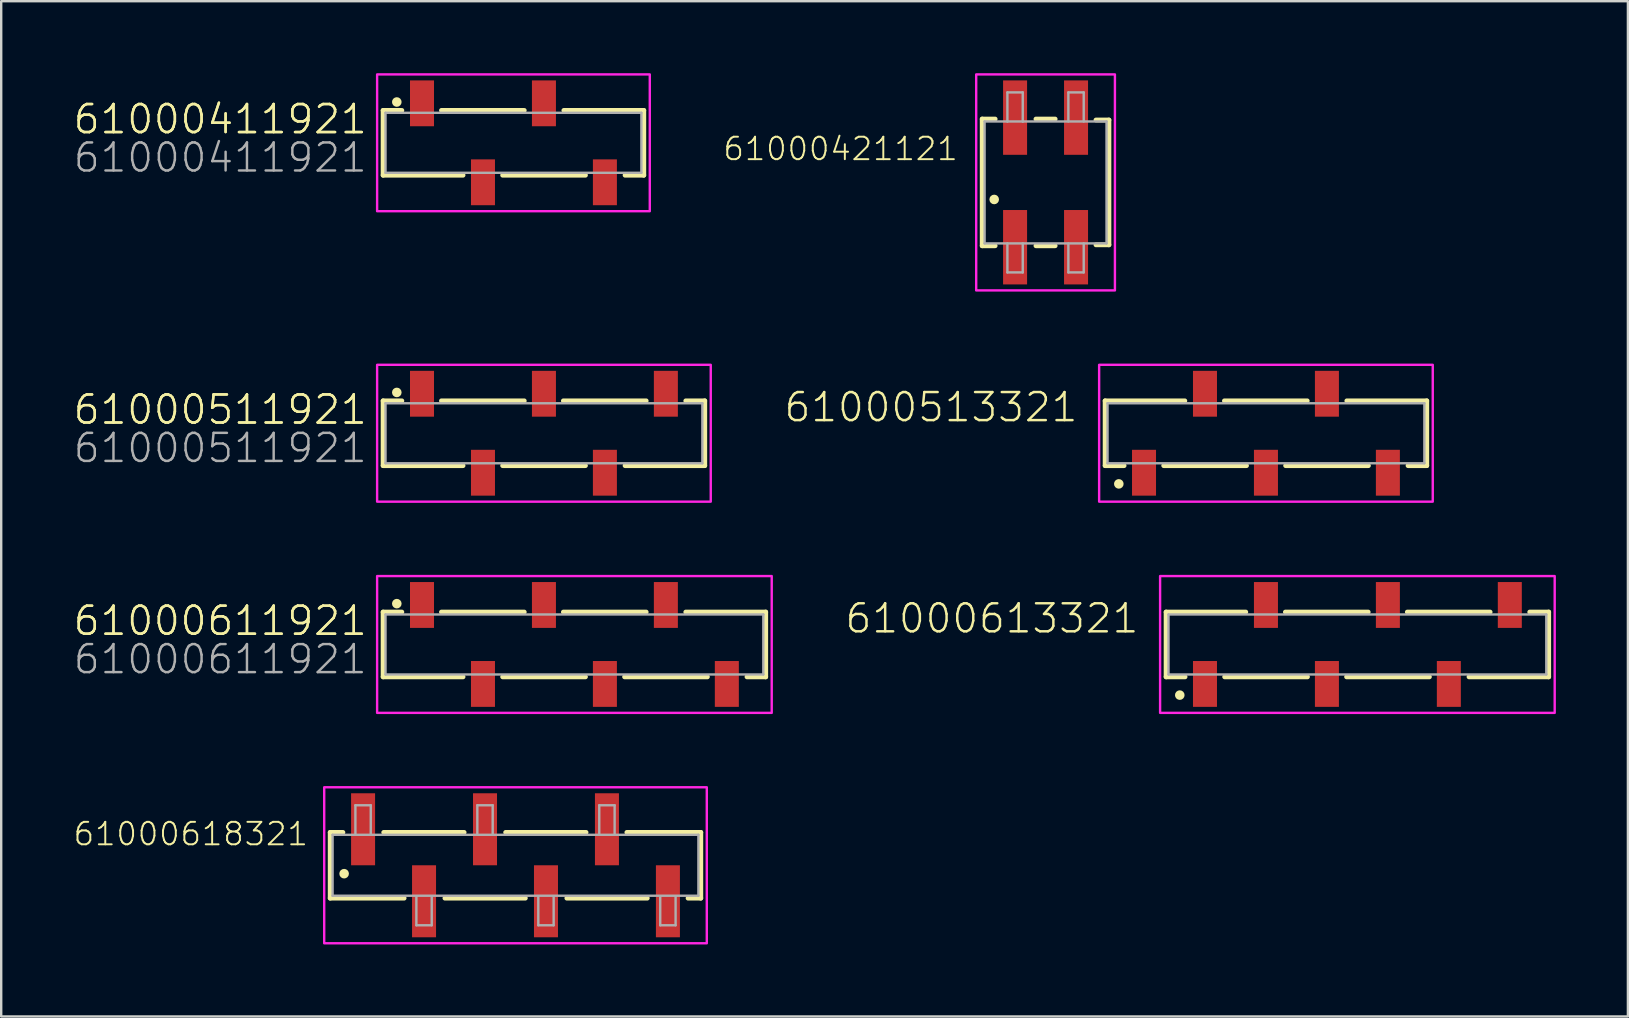
<source format=kicad_pcb>
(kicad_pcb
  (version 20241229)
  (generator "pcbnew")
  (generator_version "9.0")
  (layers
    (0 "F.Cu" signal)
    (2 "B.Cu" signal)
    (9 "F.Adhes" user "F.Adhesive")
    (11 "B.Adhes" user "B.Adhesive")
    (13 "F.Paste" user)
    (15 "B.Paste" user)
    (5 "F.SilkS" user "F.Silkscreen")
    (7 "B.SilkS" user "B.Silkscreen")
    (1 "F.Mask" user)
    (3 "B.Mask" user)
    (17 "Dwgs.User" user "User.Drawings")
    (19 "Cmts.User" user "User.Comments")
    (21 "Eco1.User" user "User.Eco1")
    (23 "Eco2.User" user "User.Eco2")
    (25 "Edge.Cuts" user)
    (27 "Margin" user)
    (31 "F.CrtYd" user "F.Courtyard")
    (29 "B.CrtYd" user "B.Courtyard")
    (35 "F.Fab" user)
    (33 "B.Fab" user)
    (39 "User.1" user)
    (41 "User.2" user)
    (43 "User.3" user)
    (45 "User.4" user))
  (footprint "61000611921"
    (layer "F.Cu")
    (at 20.882 23.8)
    (property "Reference" "61000611921" (at -8.57 -0.3 0) (unlocked yes) (layer "F.SilkS") (effects (font (size 1.168 1.168) (thickness 0.102)) (justify right bottom)))
    (property "Value" "61000611921" (at -8.57 1.3 0) (unlocked yes) (layer "F.Fab") (hide yes) (effects (font (size 1.168 1.168) (thickness 0.102)) (justify right bottom)))
    (fp_line (start -7.97 -1.35) (end -7.19 -1.35) (stroke (width 0.2) (type solid)) (layer "F.SilkS"))
    (fp_line (start -7.97 1.35) (end -7.97 -1.35) (stroke (width 0.2) (type solid)) (layer "F.SilkS"))
    (fp_line (start -5.54 -1.35) (end -2.09 -1.35) (stroke (width 0.2) (type solid)) (layer "F.SilkS"))
    (fp_line (start -4.64 1.35) (end -7.97 1.35) (stroke (width 0.2) (type solid)) (layer "F.SilkS"))
    (fp_line (start -0.46 -1.35) (end 2.99 -1.35) (stroke (width 0.2) (type solid)) (layer "F.SilkS"))
    (fp_line (start 0.46 1.35) (end -2.99 1.35) (stroke (width 0.2) (type solid)) (layer "F.SilkS"))
    (fp_line (start 5.54 1.35) (end 2.09 1.35) (stroke (width 0.2) (type solid)) (layer "F.SilkS"))
    (fp_line (start 7.19 1.35) (end 7.97 1.35) (stroke (width 0.2) (type solid)) (layer "F.SilkS"))
    (fp_line (start 7.97 -1.35) (end 4.64 -1.35) (stroke (width 0.2) (type solid)) (layer "F.SilkS"))
    (fp_line (start 7.97 1.35) (end 7.97 -1.35) (stroke (width 0.2) (type solid)) (layer "F.SilkS"))
    (fp_circle (center -7.4 -1.7) (end -7.3 -1.7) (stroke (width 0.2) (type solid)) (fill no) (layer "F.SilkS"))
    (fp_poly (pts (xy 8.22 2.85) (xy -8.22 2.85) (xy -8.22 -2.85) (xy 8.22 -2.85)) (stroke (width 0.1) (type default)) (fill no) (layer "F.CrtYd"))
    (fp_line (start -7.87 -1.25) (end 7.87 -1.25) (stroke (width 0.1) (type solid)) (layer "F.Fab"))
    (fp_line (start -7.87 1.25) (end -7.87 -1.25) (stroke (width 0.1) (type solid)) (layer "F.Fab"))
    (fp_line (start 7.87 1.25) (end -7.87 1.25) (stroke (width 0.1) (type solid)) (layer "F.Fab"))
    (fp_line (start 7.87 1.25) (end 7.87 -1.25) (stroke (width 0.1) (type solid)) (layer "F.Fab"))
    (fp_text user "${REFERENCE}" (at -8.57 -0.3 0) (unlocked yes) (layer "F.SilkS") (effects (font (size 1.168 1.168) (thickness 0.102)) (justify right bottom)))
    (fp_text user "${VALUE}" (at -8.57 1.3 0) (unlocked yes) (layer "F.Fab") (effects (font (size 1.168 1.168) (thickness 0.102)) (justify right bottom)))
    (pad "1" smd rect (at -6.35 -1.645 180) (size 1 1.91) (layers "F.Cu" "F.Mask" "F.Paste"))
    (pad "2" smd rect (at -3.81 1.645 180) (size 1 1.91) (layers "F.Cu" "F.Mask" "F.Paste"))
    (pad "3" smd rect (at -1.27 -1.645 180) (size 1 1.91) (layers "F.Cu" "F.Mask" "F.Paste"))
    (pad "4" smd rect (at 1.27 1.645 180) (size 1 1.91) (layers "F.Cu" "F.Mask" "F.Paste"))
    (pad "5" smd rect (at 3.81 -1.645 180) (size 1 1.91) (layers "F.Cu" "F.Mask" "F.Paste"))
    (pad "6" smd rect (at 6.35 1.645 180) (size 1 1.91) (layers "F.Cu" "F.Mask" "F.Paste")))
  (footprint "61000513321"
    (layer "F.Cu")
    (at 49.693 15)
    (property "Reference" "61000513321" (at -7.77 -0.4 0) (unlocked yes) (layer "F.SilkS") (effects (font (size 1.168 1.168) (thickness 0.102)) (justify right bottom)))
    (fp_line (start -6.7 -1.35) (end -3.38 -1.35) (stroke (width 0.2) (type solid)) (layer "F.SilkS"))
    (fp_line (start -6.7 1.35) (end -6.7 -1.35) (stroke (width 0.2) (type solid)) (layer "F.SilkS"))
    (fp_line (start -5.91 1.35) (end -6.7 1.35) (stroke (width 0.2) (type solid)) (layer "F.SilkS"))
    (fp_line (start -1.73 -1.35) (end 1.72 -1.35) (stroke (width 0.2) (type solid)) (layer "F.SilkS"))
    (fp_line (start -0.81 1.35) (end -4.26 1.35) (stroke (width 0.2) (type solid)) (layer "F.SilkS"))
    (fp_line (start 4.27 1.35) (end 0.82 1.35) (stroke (width 0.2) (type solid)) (layer "F.SilkS"))
    (fp_line (start 5.92 1.35) (end 6.7 1.35) (stroke (width 0.2) (type solid)) (layer "F.SilkS"))
    (fp_line (start 6.7 -1.35) (end 3.37 -1.35) (stroke (width 0.2) (type solid)) (layer "F.SilkS"))
    (fp_line (start 6.7 1.35) (end 6.7 -1.35) (stroke (width 0.2) (type solid)) (layer "F.SilkS"))
    (fp_circle (center -6.13 2.11) (end -6.03 2.11) (stroke (width 0.2) (type solid)) (fill no) (layer "F.SilkS"))
    (fp_poly (pts (xy 6.95 2.85) (xy -6.95 2.85) (xy -6.95 -2.85) (xy 6.95 -2.85)) (stroke (width 0.1) (type default)) (fill no) (layer "F.CrtYd"))
    (fp_line (start -6.6 -1.25) (end 6.6 -1.25) (stroke (width 0.1) (type solid)) (layer "F.Fab"))
    (fp_line (start -6.6 1.25) (end -6.6 -1.25) (stroke (width 0.1) (type solid)) (layer "F.Fab"))
    (fp_line (start 6.6 1.25) (end -6.6 1.25) (stroke (width 0.1) (type solid)) (layer "F.Fab"))
    (fp_line (start 6.6 1.25) (end 6.6 -1.25) (stroke (width 0.1) (type solid)) (layer "F.Fab"))
    (pad "1" smd rect (at -5.08 1.645) (size 1 1.91) (layers "F.Cu" "F.Mask" "F.Paste"))
    (pad "2" smd rect (at -2.54 -1.645) (size 1 1.91) (layers "F.Cu" "F.Mask" "F.Paste"))
    (pad "3" smd rect (at 0 1.645) (size 1 1.91) (layers "F.Cu" "F.Mask" "F.Paste"))
    (pad "4" smd rect (at 2.54 -1.645) (size 1 1.91) (layers "F.Cu" "F.Mask" "F.Paste"))
    (pad "5" smd rect (at 5.08 1.645) (size 1 1.91) (layers "F.Cu" "F.Mask" "F.Paste")))
  (footprint "61000511921"
    (layer "F.Cu")
    (at 19.612 15)
    (property "Reference" "61000511921" (at -7.3 -0.3 0) (unlocked yes) (layer "F.SilkS") (effects (font (size 1.168 1.168) (thickness 0.102)) (justify right bottom)))
    (property "Value" "61000511921" (at -7.3 1.3 0) (unlocked yes) (layer "F.Fab") (hide yes) (effects (font (size 1.168 1.168) (thickness 0.102)) (justify right bottom)))
    (fp_line (start -6.7 -1.35) (end -5.92 -1.35) (stroke (width 0.2) (type solid)) (layer "F.SilkS"))
    (fp_line (start -6.7 1.35) (end -6.7 -1.35) (stroke (width 0.2) (type solid)) (layer "F.SilkS"))
    (fp_line (start -4.27 -1.35) (end -0.82 -1.35) (stroke (width 0.2) (type solid)) (layer "F.SilkS"))
    (fp_line (start -3.37 1.35) (end -6.7 1.35) (stroke (width 0.2) (type solid)) (layer "F.SilkS"))
    (fp_line (start 0.81 -1.35) (end 4.26 -1.35) (stroke (width 0.2) (type solid)) (layer "F.SilkS"))
    (fp_line (start 1.73 1.35) (end -1.72 1.35) (stroke (width 0.2) (type solid)) (layer "F.SilkS"))
    (fp_line (start 3.38 1.35) (end 6.7 1.35) (stroke (width 0.2) (type solid)) (layer "F.SilkS"))
    (fp_line (start 6.7 -1.35) (end 5.91 -1.35) (stroke (width 0.2) (type solid)) (layer "F.SilkS"))
    (fp_line (start 6.7 1.35) (end 6.7 -1.35) (stroke (width 0.2) (type solid)) (layer "F.SilkS"))
    (fp_circle (center -6.13 -1.7) (end -6.03 -1.7) (stroke (width 0.2) (type solid)) (fill no) (layer "F.SilkS"))
    (fp_poly (pts (xy 6.95 2.85) (xy -6.95 2.85) (xy -6.95 -2.85) (xy 6.95 -2.85)) (stroke (width 0.1) (type default)) (fill no) (layer "F.CrtYd"))
    (fp_line (start -6.6 -1.25) (end 6.6 -1.25) (stroke (width 0.1) (type solid)) (layer "F.Fab"))
    (fp_line (start -6.6 1.25) (end -6.6 -1.25) (stroke (width 0.1) (type solid)) (layer "F.Fab"))
    (fp_line (start 6.6 1.25) (end -6.6 1.25) (stroke (width 0.1) (type solid)) (layer "F.Fab"))
    (fp_line (start 6.6 1.25) (end 6.6 -1.25) (stroke (width 0.1) (type solid)) (layer "F.Fab"))
    (fp_text user "${REFERENCE}" (at -7.3 -0.3 0) (unlocked yes) (layer "F.SilkS") (effects (font (size 1.168 1.168) (thickness 0.102)) (justify right bottom)))
    (fp_text user "${VALUE}" (at -7.3 1.3 0) (unlocked yes) (layer "F.Fab") (effects (font (size 1.168 1.168) (thickness 0.102)) (justify right bottom)))
    (pad "1" smd rect (at -5.08 -1.645 180) (size 1 1.91) (layers "F.Cu" "F.Mask" "F.Paste"))
    (pad "2" smd rect (at -2.54 1.645 180) (size 1 1.91) (layers "F.Cu" "F.Mask" "F.Paste"))
    (pad "3" smd rect (at 0 -1.645 180) (size 1 1.91) (layers "F.Cu" "F.Mask" "F.Paste"))
    (pad "4" smd rect (at 2.54 1.645 180) (size 1 1.91) (layers "F.Cu" "F.Mask" "F.Paste"))
    (pad "5" smd rect (at 5.08 -1.645 180) (size 1 1.91) (layers "F.Cu" "F.Mask" "F.Paste")))
  (footprint "61000421121"
    (layer "F.Cu")
    (at 40.511 4.55)
    (property "Reference" "61000421121" (at -3.59 -0.85 0) (unlocked yes) (layer "F.SilkS") (effects (font (size 0.935 0.935) (thickness 0.081)) (justify right bottom)))
    (fp_line (start -2.64 -2.64) (end -2.64 2.64) (stroke (width 0.2) (type solid)) (layer "F.SilkS"))
    (fp_line (start -2.64 2.64) (end -2.1 2.64) (stroke (width 0.2) (type solid)) (layer "F.SilkS"))
    (fp_line (start -2.1 -2.64) (end -2.64 -2.64) (stroke (width 0.2) (type solid)) (layer "F.SilkS"))
    (fp_line (start -0.4 2.64) (end 0.4 2.64) (stroke (width 0.2) (type solid)) (layer "F.SilkS"))
    (fp_line (start 0.4 -2.64) (end -0.4 -2.64) (stroke (width 0.2) (type solid)) (layer "F.SilkS"))
    (fp_line (start 2.1 -2.6) (end 2.64 -2.6) (stroke (width 0.2) (type solid)) (layer "F.SilkS"))
    (fp_line (start 2.64 -2.6) (end 2.64 2.6) (stroke (width 0.2) (type solid)) (layer "F.SilkS"))
    (fp_line (start 2.64 2.6) (end 2.1 2.6) (stroke (width 0.2) (type solid)) (layer "F.SilkS"))
    (fp_circle (center -2.14 0.71) (end -2.04 0.71) (stroke (width 0.2) (type solid)) (fill no) (layer "F.SilkS"))
    (fp_poly (pts (xy 2.89 4.5) (xy -2.89 4.5) (xy -2.89 -4.5) (xy 2.89 -4.5)) (stroke (width 0.1) (type default)) (fill no) (layer "F.CrtYd"))
    (fp_line (start -2.54 -2.54) (end -2.54 2.54) (stroke (width 0.1) (type solid)) (layer "F.Fab"))
    (fp_line (start -2.54 2.54) (end 2.54 2.54) (stroke (width 0.1) (type solid)) (layer "F.Fab"))
    (fp_line (start -1.59 -3.75) (end -0.95 -3.75) (stroke (width 0.1) (type solid)) (layer "F.Fab"))
    (fp_line (start -1.59 -2.54) (end -2.54 -2.54) (stroke (width 0.1) (type solid)) (layer "F.Fab"))
    (fp_line (start -1.59 -2.54) (end -1.59 -3.75) (stroke (width 0.1) (type solid)) (layer "F.Fab"))
    (fp_line (start -1.59 3.75) (end -1.59 2.54) (stroke (width 0.1) (type solid)) (layer "F.Fab"))
    (fp_line (start -0.95 -3.75) (end -0.95 -2.54) (stroke (width 0.1) (type solid)) (layer "F.Fab"))
    (fp_line (start -0.95 -2.54) (end -1.59 -2.54) (stroke (width 0.1) (type solid)) (layer "F.Fab"))
    (fp_line (start -0.95 2.54) (end -0.95 3.75) (stroke (width 0.1) (type solid)) (layer "F.Fab"))
    (fp_line (start -0.95 3.75) (end -1.59 3.75) (stroke (width 0.1) (type solid)) (layer "F.Fab"))
    (fp_line (start 0.95 -3.75) (end 1.59 -3.75) (stroke (width 0.1) (type solid)) (layer "F.Fab"))
    (fp_line (start 0.95 -2.54) (end 0.95 -3.75) (stroke (width 0.1) (type solid)) (layer "F.Fab"))
    (fp_line (start 0.95 3.75) (end 0.95 2.54) (stroke (width 0.1) (type solid)) (layer "F.Fab"))
    (fp_line (start 1.59 -3.75) (end 1.59 -2.54) (stroke (width 0.1) (type solid)) (layer "F.Fab"))
    (fp_line (start 1.59 2.54) (end 1.59 3.75) (stroke (width 0.1) (type solid)) (layer "F.Fab"))
    (fp_line (start 1.59 3.75) (end 0.95 3.75) (stroke (width 0.1) (type solid)) (layer "F.Fab"))
    (fp_line (start 2.54 -2.54) (end -0.95 -2.54) (stroke (width 0.1) (type solid)) (layer "F.Fab"))
    (fp_line (start 2.54 2.54) (end 2.54 -2.54) (stroke (width 0.1) (type solid)) (layer "F.Fab"))
    (pad "1" smd rect (at -1.27 2.7 90) (size 3.1 1) (layers "F.Cu" "F.Mask" "F.Paste"))
    (pad "2" smd rect (at -1.27 -2.7 90) (size 3.1 1) (layers "F.Cu" "F.Mask" "F.Paste"))
    (pad "3" smd rect (at 1.27 2.7 90) (size 3.1 1) (layers "F.Cu" "F.Mask" "F.Paste"))
    (pad "4" smd rect (at 1.27 -2.7 90) (size 3.1 1) (layers "F.Cu" "F.Mask" "F.Paste")))
  (footprint "61000613321"
    (layer "F.Cu")
    (at 53.503 23.8)
    (property "Reference" "61000613321" (at -9.04 -0.4 0) (unlocked yes) (layer "F.SilkS") (effects (font (size 1.168 1.168) (thickness 0.102)) (justify right bottom)))
    (fp_line (start -7.97 -1.35) (end -4.65 -1.35) (stroke (width 0.2) (type solid)) (layer "F.SilkS"))
    (fp_line (start -7.97 1.35) (end -7.97 -1.35) (stroke (width 0.2) (type solid)) (layer "F.SilkS"))
    (fp_line (start -7.18 1.35) (end -7.97 1.35) (stroke (width 0.2) (type solid)) (layer "F.SilkS"))
    (fp_line (start -3 -1.35) (end 0.45 -1.35) (stroke (width 0.2) (type solid)) (layer "F.SilkS"))
    (fp_line (start -2.08 1.35) (end -5.53 1.35) (stroke (width 0.2) (type solid)) (layer "F.SilkS"))
    (fp_line (start 2.08 -1.35) (end 5.53 -1.35) (stroke (width 0.2) (type solid)) (layer "F.SilkS"))
    (fp_line (start 3 1.35) (end -0.45 1.35) (stroke (width 0.2) (type solid)) (layer "F.SilkS"))
    (fp_line (start 4.65 1.35) (end 7.97 1.35) (stroke (width 0.2) (type solid)) (layer "F.SilkS"))
    (fp_line (start 7.97 -1.35) (end 7.18 -1.35) (stroke (width 0.2) (type solid)) (layer "F.SilkS"))
    (fp_line (start 7.97 1.35) (end 7.97 -1.35) (stroke (width 0.2) (type solid)) (layer "F.SilkS"))
    (fp_circle (center -7.4 2.11) (end -7.3 2.11) (stroke (width 0.2) (type solid)) (fill no) (layer "F.SilkS"))
    (fp_poly (pts (xy 8.22 2.85) (xy -8.22 2.85) (xy -8.22 -2.85) (xy 8.22 -2.85)) (stroke (width 0.1) (type default)) (fill no) (layer "F.CrtYd"))
    (fp_line (start -7.87 -1.25) (end 7.87 -1.25) (stroke (width 0.1) (type solid)) (layer "F.Fab"))
    (fp_line (start -7.87 1.25) (end -7.87 -1.25) (stroke (width 0.1) (type solid)) (layer "F.Fab"))
    (fp_line (start 7.87 1.25) (end -7.87 1.25) (stroke (width 0.1) (type solid)) (layer "F.Fab"))
    (fp_line (start 7.87 1.25) (end 7.87 -1.25) (stroke (width 0.1) (type solid)) (layer "F.Fab"))
    (pad "1" smd rect (at -6.35 1.645 180) (size 1 1.91) (layers "F.Cu" "F.Mask" "F.Paste"))
    (pad "2" smd rect (at -3.81 -1.645 180) (size 1 1.91) (layers "F.Cu" "F.Mask" "F.Paste"))
    (pad "3" smd rect (at -1.27 1.645 180) (size 1 1.91) (layers "F.Cu" "F.Mask" "F.Paste"))
    (pad "4" smd rect (at 1.27 -1.645 180) (size 1 1.91) (layers "F.Cu" "F.Mask" "F.Paste"))
    (pad "5" smd rect (at 3.81 1.645 180) (size 1 1.91) (layers "F.Cu" "F.Mask" "F.Paste"))
    (pad "6" smd rect (at 6.35 -1.645 180) (size 1 1.91) (layers "F.Cu" "F.Mask" "F.Paste")))
  (footprint "61000618321"
    (layer "F.Cu")
    (at 18.427 33)
    (property "Reference" "61000618321" (at -8.578 -0.756 0) (unlocked yes) (layer "F.SilkS") (effects (font (size 0.935 0.935) (thickness 0.081)) (justify right bottom)))
    (fp_line (start -7.72 -1.37) (end -7.72 1.37) (stroke (width 0.2) (type solid)) (layer "F.SilkS"))
    (fp_line (start -7.72 1.37) (end -4.64 1.37) (stroke (width 0.2) (type solid)) (layer "F.SilkS"))
    (fp_line (start -7.19 -1.37) (end -7.72 -1.37) (stroke (width 0.2) (type solid)) (layer "F.SilkS"))
    (fp_line (start -2.94 1.37) (end 0.41 1.37) (stroke (width 0.2) (type solid)) (layer "F.SilkS"))
    (fp_line (start -2.14 -1.37) (end -5.49 -1.37) (stroke (width 0.2) (type solid)) (layer "F.SilkS"))
    (fp_line (start 2.14 1.37) (end 5.49 1.37) (stroke (width 0.2) (type solid)) (layer "F.SilkS"))
    (fp_line (start 2.94 -1.37) (end -0.41 -1.37) (stroke (width 0.2) (type solid)) (layer "F.SilkS"))
    (fp_line (start 7.19 1.37) (end 7.72 1.37) (stroke (width 0.2) (type solid)) (layer "F.SilkS"))
    (fp_line (start 7.72 -1.37) (end 4.64 -1.37) (stroke (width 0.2) (type solid)) (layer "F.SilkS"))
    (fp_line (start 7.72 1.37) (end 7.72 -1.37) (stroke (width 0.2) (type solid)) (layer "F.SilkS"))
    (fp_circle (center -7.14 0.35) (end -7.04 0.35) (stroke (width 0.2) (type solid)) (fill no) (layer "F.SilkS"))
    (fp_poly (pts (xy 7.97 3.25) (xy -7.97 3.25) (xy -7.97 -3.25) (xy 7.97 -3.25)) (stroke (width 0.1) (type default)) (fill no) (layer "F.CrtYd"))
    (fp_line (start -7.62 -1.27) (end -7.62 1.27) (stroke (width 0.1) (type solid)) (layer "F.Fab"))
    (fp_line (start -7.62 1.27) (end 7.62 1.27) (stroke (width 0.1) (type solid)) (layer "F.Fab"))
    (fp_line (start -6.67 -2.5) (end -6.03 -2.5) (stroke (width 0.1) (type solid)) (layer "F.Fab"))
    (fp_line (start -6.67 -1.3) (end -6.67 -2.5) (stroke (width 0.1) (type solid)) (layer "F.Fab"))
    (fp_line (start -6.03 -2.5) (end -6.03 -1.3) (stroke (width 0.1) (type solid)) (layer "F.Fab"))
    (fp_line (start -4.13 2.5) (end -4.13 1.3) (stroke (width 0.1) (type solid)) (layer "F.Fab"))
    (fp_line (start -3.49 1.3) (end -3.49 2.5) (stroke (width 0.1) (type solid)) (layer "F.Fab"))
    (fp_line (start -3.49 2.5) (end -4.13 2.5) (stroke (width 0.1) (type solid)) (layer "F.Fab"))
    (fp_line (start -1.59 -2.5) (end -0.95 -2.5) (stroke (width 0.1) (type solid)) (layer "F.Fab"))
    (fp_line (start -1.59 -1.3) (end -1.59 -2.5) (stroke (width 0.1) (type solid)) (layer "F.Fab"))
    (fp_line (start -0.95 -2.5) (end -0.95 -1.3) (stroke (width 0.1) (type solid)) (layer "F.Fab"))
    (fp_line (start 0.95 2.5) (end 0.95 1.3) (stroke (width 0.1) (type solid)) (layer "F.Fab"))
    (fp_line (start 1.59 1.3) (end 1.59 2.5) (stroke (width 0.1) (type solid)) (layer "F.Fab"))
    (fp_line (start 1.59 2.5) (end 0.95 2.5) (stroke (width 0.1) (type solid)) (layer "F.Fab"))
    (fp_line (start 3.49 -2.5) (end 4.13 -2.5) (stroke (width 0.1) (type solid)) (layer "F.Fab"))
    (fp_line (start 3.49 -1.3) (end 3.49 -2.5) (stroke (width 0.1) (type solid)) (layer "F.Fab"))
    (fp_line (start 4.13 -2.5) (end 4.13 -1.3) (stroke (width 0.1) (type solid)) (layer "F.Fab"))
    (fp_line (start 6.03 2.5) (end 6.03 1.3) (stroke (width 0.1) (type solid)) (layer "F.Fab"))
    (fp_line (start 6.67 1.3) (end 6.67 2.5) (stroke (width 0.1) (type solid)) (layer "F.Fab"))
    (fp_line (start 6.67 2.5) (end 6.03 2.5) (stroke (width 0.1) (type solid)) (layer "F.Fab"))
    (fp_line (start 7.62 -1.27) (end -7.62 -1.27) (stroke (width 0.1) (type solid)) (layer "F.Fab"))
    (fp_line (start 7.62 1.27) (end 7.62 -1.27) (stroke (width 0.1) (type solid)) (layer "F.Fab"))
    (pad "1" smd rect (at -6.35 -1.5) (size 1 3) (layers "F.Cu" "F.Mask" "F.Paste"))
    (pad "2" smd rect (at -3.81 1.5) (size 1 3) (layers "F.Cu" "F.Mask" "F.Paste"))
    (pad "3" smd rect (at -1.27 -1.5) (size 1 3) (layers "F.Cu" "F.Mask" "F.Paste"))
    (pad "4" smd rect (at 1.27 1.5) (size 1 3) (layers "F.Cu" "F.Mask" "F.Paste"))
    (pad "5" smd rect (at 3.81 -1.5) (size 1 3) (layers "F.Cu" "F.Mask" "F.Paste"))
    (pad "6" smd rect (at 6.35 1.5) (size 1 3) (layers "F.Cu" "F.Mask" "F.Paste")))
  (footprint "61000411921"
    (layer "F.Cu")
    (at 18.342 2.9)
    (property "Reference" "61000411921" (at -6.03 -0.3 0) (unlocked yes) (layer "F.SilkS") (effects (font (size 1.168 1.168) (thickness 0.102)) (justify right bottom)))
    (property "Value" "61000411921" (at -6.03 1.3 0) (unlocked yes) (layer "F.Fab") (hide yes) (effects (font (size 1.168 1.168) (thickness 0.102)) (justify right bottom)))
    (fp_line (start -5.43 -1.35) (end -4.65 -1.35) (stroke (width 0.2) (type solid)) (layer "F.SilkS"))
    (fp_line (start -5.43 1.35) (end -5.43 -1.35) (stroke (width 0.2) (type solid)) (layer "F.SilkS"))
    (fp_line (start -3 -1.35) (end 0.45 -1.35) (stroke (width 0.2) (type solid)) (layer "F.SilkS"))
    (fp_line (start -2.1 1.35) (end -5.43 1.35) (stroke (width 0.2) (type solid)) (layer "F.SilkS"))
    (fp_line (start 3 1.35) (end -0.45 1.35) (stroke (width 0.2) (type solid)) (layer "F.SilkS"))
    (fp_line (start 4.65 1.35) (end 5.43 1.35) (stroke (width 0.2) (type solid)) (layer "F.SilkS"))
    (fp_line (start 5.43 -1.35) (end 2.1 -1.35) (stroke (width 0.2) (type solid)) (layer "F.SilkS"))
    (fp_line (start 5.43 1.35) (end 5.43 -1.35) (stroke (width 0.2) (type solid)) (layer "F.SilkS"))
    (fp_circle (center -4.86 -1.7) (end -4.76 -1.7) (stroke (width 0.2) (type solid)) (fill no) (layer "F.SilkS"))
    (fp_poly (pts (xy 5.68 2.85) (xy -5.68 2.85) (xy -5.68 -2.85) (xy 5.68 -2.85)) (stroke (width 0.1) (type default)) (fill no) (layer "F.CrtYd"))
    (fp_line (start -5.33 -1.25) (end 5.33 -1.25) (stroke (width 0.1) (type solid)) (layer "F.Fab"))
    (fp_line (start -5.33 1.25) (end -5.33 -1.25) (stroke (width 0.1) (type solid)) (layer "F.Fab"))
    (fp_line (start 5.33 1.25) (end -5.33 1.25) (stroke (width 0.1) (type solid)) (layer "F.Fab"))
    (fp_line (start 5.33 1.25) (end 5.33 -1.25) (stroke (width 0.1) (type solid)) (layer "F.Fab"))
    (fp_text user "${REFERENCE}" (at -6.03 -0.3 0) (unlocked yes) (layer "F.SilkS") (effects (font (size 1.168 1.168) (thickness 0.102)) (justify right bottom)))
    (fp_text user "${VALUE}" (at -6.03 1.3 0) (unlocked yes) (layer "F.Fab") (effects (font (size 1.168 1.168) (thickness 0.102)) (justify right bottom)))
    (pad "1" smd rect (at -3.81 -1.645 180) (size 1 1.91) (layers "F.Cu" "F.Mask" "F.Paste"))
    (pad "2" smd rect (at -1.27 1.645 180) (size 1 1.91) (layers "F.Cu" "F.Mask" "F.Paste"))
    (pad "3" smd rect (at 1.27 -1.645 180) (size 1 1.91) (layers "F.Cu" "F.Mask" "F.Paste"))
    (pad "4" smd rect (at 3.81 1.645 180) (size 1 1.91) (layers "F.Cu" "F.Mask" "F.Paste")))
  (gr_rect
    (start -3 -3)
    (end 64.773 39.3)
    (stroke (width 0.1) (type default))
    (fill no)
    (layer "Edge.Cuts")))
</source>
